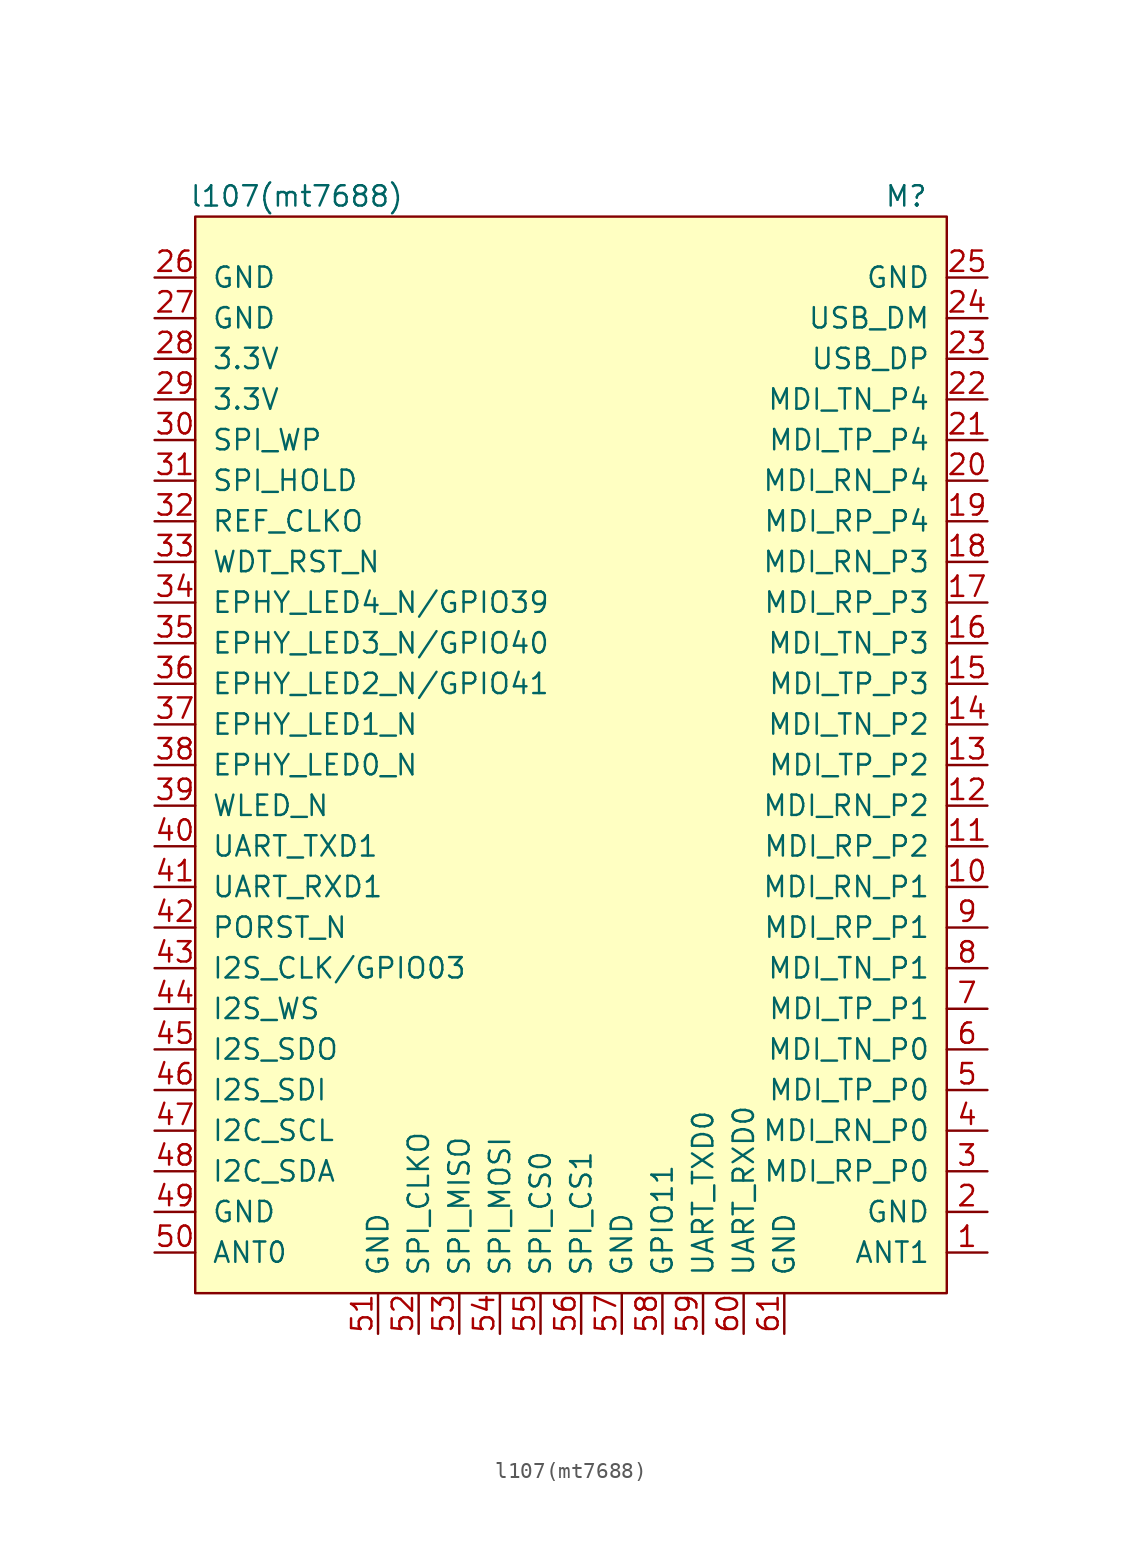
<source format=kicad_sym>
(kicad_symbol_lib
  (version 20211014)
  (generator kicad_symbol_editor)
  (symbol "components0:l107(mt7688)"
    (pin_names
      (offset 1.016))
    (property "Reference" "M"
      (at 20.32 33.02 0)
      (effects (font (size 1.27 1.27))))
    (property "Value" "l107(mt7688)"
      (at -17.78 33.02 0)
      (effects (font (size 1.27 1.27))))
    (symbol "l107(mt7688)_0_1"
      (rectangle (start -24.13 31.75) (end 22.86 -35.56) (stroke (width 0) (type default) (color 0 0 0 0)) (fill (type background))))
    (symbol "l107(mt7688)_1_1"
      (pin output line (at 25.4 -33.02 180) (length 2.54) (name "ANT1" (effects (font (size 1.27 1.27)))) (number "1" (effects (font (size 1.27 1.27)))))
      (pin bidirectional line (at 25.4 -10.16 180) (length 2.54) (name "MDI_RN_P1" (effects (font (size 1.27 1.27)))) (number "10" (effects (font (size 1.27 1.27)))))
      (pin bidirectional line (at 25.4 -7.62 180) (length 2.54) (name "MDI_RP_P2" (effects (font (size 1.27 1.27)))) (number "11" (effects (font (size 1.27 1.27)))))
      (pin bidirectional line (at 25.4 -5.08 180) (length 2.54) (name "MDI_RN_P2" (effects (font (size 1.27 1.27)))) (number "12" (effects (font (size 1.27 1.27)))))
      (pin bidirectional line (at 25.4 -2.54 180) (length 2.54) (name "MDI_TP_P2" (effects (font (size 1.27 1.27)))) (number "13" (effects (font (size 1.27 1.27)))))
      (pin bidirectional line (at 25.4 0 180) (length 2.54) (name "MDI_TN_P2" (effects (font (size 1.27 1.27)))) (number "14" (effects (font (size 1.27 1.27)))))
      (pin bidirectional line (at 25.4 2.54 180) (length 2.54) (name "MDI_TP_P3" (effects (font (size 1.27 1.27)))) (number "15" (effects (font (size 1.27 1.27)))))
      (pin bidirectional line (at 25.4 5.08 180) (length 2.54) (name "MDI_TN_P3" (effects (font (size 1.27 1.27)))) (number "16" (effects (font (size 1.27 1.27)))))
      (pin bidirectional line (at 25.4 7.62 180) (length 2.54) (name "MDI_RP_P3" (effects (font (size 1.27 1.27)))) (number "17" (effects (font (size 1.27 1.27)))))
      (pin bidirectional line (at 25.4 10.16 180) (length 2.54) (name "MDI_RN_P3" (effects (font (size 1.27 1.27)))) (number "18" (effects (font (size 1.27 1.27)))))
      (pin bidirectional line (at 25.4 12.7 180) (length 2.54) (name "MDI_RP_P4" (effects (font (size 1.27 1.27)))) (number "19" (effects (font (size 1.27 1.27)))))
      (pin power_in line (at 25.4 -30.48 180) (length 2.54) (name "GND" (effects (font (size 1.27 1.27)))) (number "2" (effects (font (size 1.27 1.27)))))
      (pin bidirectional line (at 25.4 15.24 180) (length 2.54) (name "MDI_RN_P4" (effects (font (size 1.27 1.27)))) (number "20" (effects (font (size 1.27 1.27)))))
      (pin bidirectional line (at 25.4 17.78 180) (length 2.54) (name "MDI_TP_P4" (effects (font (size 1.27 1.27)))) (number "21" (effects (font (size 1.27 1.27)))))
      (pin bidirectional line (at 25.4 20.32 180) (length 2.54) (name "MDI_TN_P4" (effects (font (size 1.27 1.27)))) (number "22" (effects (font (size 1.27 1.27)))))
      (pin bidirectional line (at 25.4 22.86 180) (length 2.54) (name "USB_DP" (effects (font (size 1.27 1.27)))) (number "23" (effects (font (size 1.27 1.27)))))
      (pin bidirectional line (at 25.4 25.4 180) (length 2.54) (name "USB_DM" (effects (font (size 1.27 1.27)))) (number "24" (effects (font (size 1.27 1.27)))))
      (pin power_in line (at 25.4 27.94 180) (length 2.54) (name "GND" (effects (font (size 1.27 1.27)))) (number "25" (effects (font (size 1.27 1.27)))))
      (pin power_in line (at -26.67 27.94 0) (length 2.54) (name "GND" (effects (font (size 1.27 1.27)))) (number "26" (effects (font (size 1.27 1.27)))))
      (pin power_in line (at -26.67 25.4 0) (length 2.54) (name "GND" (effects (font (size 1.27 1.27)))) (number "27" (effects (font (size 1.27 1.27)))))
      (pin power_in line (at -26.67 22.86 0) (length 2.54) (name "3.3V" (effects (font (size 1.27 1.27)))) (number "28" (effects (font (size 1.27 1.27)))))
      (pin power_in line (at -26.67 20.32 0) (length 2.54) (name "3.3V" (effects (font (size 1.27 1.27)))) (number "29" (effects (font (size 1.27 1.27)))))
      (pin bidirectional line (at 25.4 -27.94 180) (length 2.54) (name "MDI_RP_P0" (effects (font (size 1.27 1.27)))) (number "3" (effects (font (size 1.27 1.27)))))
      (pin bidirectional line (at -26.67 17.78 0) (length 2.54) (name "SPI_WP" (effects (font (size 1.27 1.27)))) (number "30" (effects (font (size 1.27 1.27)))))
      (pin bidirectional line (at -26.67 15.24 0) (length 2.54) (name "SPI_HOLD" (effects (font (size 1.27 1.27)))) (number "31" (effects (font (size 1.27 1.27)))))
      (pin bidirectional line (at -26.67 12.7 0) (length 2.54) (name "REF_CLKO" (effects (font (size 1.27 1.27)))) (number "32" (effects (font (size 1.27 1.27)))))
      (pin bidirectional line (at -26.67 10.16 0) (length 2.54) (name "WDT_RST_N" (effects (font (size 1.27 1.27)))) (number "33" (effects (font (size 1.27 1.27)))))
      (pin bidirectional line (at -26.67 7.62 0) (length 2.54) (name "EPHY_LED4_N/GPIO39" (effects (font (size 1.27 1.27)))) (number "34" (effects (font (size 1.27 1.27)))))
      (pin bidirectional line (at -26.67 5.08 0) (length 2.54) (name "EPHY_LED3_N/GPIO40" (effects (font (size 1.27 1.27)))) (number "35" (effects (font (size 1.27 1.27)))))
      (pin bidirectional line (at -26.67 2.54 0) (length 2.54) (name "EPHY_LED2_N/GPIO41" (effects (font (size 1.27 1.27)))) (number "36" (effects (font (size 1.27 1.27)))))
      (pin bidirectional line (at -26.67 0 0) (length 2.54) (name "EPHY_LED1_N" (effects (font (size 1.27 1.27)))) (number "37" (effects (font (size 1.27 1.27)))))
      (pin bidirectional line (at -26.67 -2.54 0) (length 2.54) (name "EPHY_LED0_N" (effects (font (size 1.27 1.27)))) (number "38" (effects (font (size 1.27 1.27)))))
      (pin bidirectional line (at -26.67 -5.08 0) (length 2.54) (name "WLED_N" (effects (font (size 1.27 1.27)))) (number "39" (effects (font (size 1.27 1.27)))))
      (pin bidirectional line (at 25.4 -25.4 180) (length 2.54) (name "MDI_RN_P0" (effects (font (size 1.27 1.27)))) (number "4" (effects (font (size 1.27 1.27)))))
      (pin bidirectional line (at -26.67 -7.62 0) (length 2.54) (name "UART_TXD1" (effects (font (size 1.27 1.27)))) (number "40" (effects (font (size 1.27 1.27)))))
      (pin bidirectional line (at -26.67 -10.16 0) (length 2.54) (name "UART_RXD1" (effects (font (size 1.27 1.27)))) (number "41" (effects (font (size 1.27 1.27)))))
      (pin bidirectional line (at -26.67 -12.7 0) (length 2.54) (name "PORST_N" (effects (font (size 1.27 1.27)))) (number "42" (effects (font (size 1.27 1.27)))))
      (pin bidirectional line (at -26.67 -15.24 0) (length 2.54) (name "I2S_CLK/GPIO03" (effects (font (size 1.27 1.27)))) (number "43" (effects (font (size 1.27 1.27)))))
      (pin bidirectional line (at -26.67 -17.78 0) (length 2.54) (name "I2S_WS" (effects (font (size 1.27 1.27)))) (number "44" (effects (font (size 1.27 1.27)))))
      (pin bidirectional line (at -26.67 -20.32 0) (length 2.54) (name "I2S_SDO" (effects (font (size 1.27 1.27)))) (number "45" (effects (font (size 1.27 1.27)))))
      (pin bidirectional line (at -26.67 -22.86 0) (length 2.54) (name "I2S_SDI" (effects (font (size 1.27 1.27)))) (number "46" (effects (font (size 1.27 1.27)))))
      (pin bidirectional line (at -26.67 -25.4 0) (length 2.54) (name "I2C_SCL" (effects (font (size 1.27 1.27)))) (number "47" (effects (font (size 1.27 1.27)))))
      (pin bidirectional line (at -26.67 -27.94 0) (length 2.54) (name "I2C_SDA" (effects (font (size 1.27 1.27)))) (number "48" (effects (font (size 1.27 1.27)))))
      (pin power_in line (at -26.67 -30.48 0) (length 2.54) (name "GND" (effects (font (size 1.27 1.27)))) (number "49" (effects (font (size 1.27 1.27)))))
      (pin bidirectional line (at 25.4 -22.86 180) (length 2.54) (name "MDI_TP_P0" (effects (font (size 1.27 1.27)))) (number "5" (effects (font (size 1.27 1.27)))))
      (pin output line (at -26.67 -33.02 0) (length 2.54) (name "ANT0" (effects (font (size 1.27 1.27)))) (number "50" (effects (font (size 1.27 1.27)))))
      (pin power_in line (at -12.7 -38.1 90) (length 2.54) (name "GND" (effects (font (size 1.27 1.27)))) (number "51" (effects (font (size 1.27 1.27)))))
      (pin bidirectional line (at -10.16 -38.1 90) (length 2.54) (name "SPI_CLKO" (effects (font (size 1.27 1.27)))) (number "52" (effects (font (size 1.27 1.27)))))
      (pin bidirectional line (at -7.62 -38.1 90) (length 2.54) (name "SPI_MISO" (effects (font (size 1.27 1.27)))) (number "53" (effects (font (size 1.27 1.27)))))
      (pin bidirectional line (at -5.08 -38.1 90) (length 2.54) (name "SPI_MOSI" (effects (font (size 1.27 1.27)))) (number "54" (effects (font (size 1.27 1.27)))))
      (pin bidirectional line (at -2.54 -38.1 90) (length 2.54) (name "SPI_CS0" (effects (font (size 1.27 1.27)))) (number "55" (effects (font (size 1.27 1.27)))))
      (pin bidirectional line (at 0 -38.1 90) (length 2.54) (name "SPI_CS1" (effects (font (size 1.27 1.27)))) (number "56" (effects (font (size 1.27 1.27)))))
      (pin power_in line (at 2.54 -38.1 90) (length 2.54) (name "GND" (effects (font (size 1.27 1.27)))) (number "57" (effects (font (size 1.27 1.27)))))
      (pin bidirectional line (at 5.08 -38.1 90) (length 2.54) (name "GPIO11" (effects (font (size 1.27 1.27)))) (number "58" (effects (font (size 1.27 1.27)))))
      (pin bidirectional line (at 7.62 -38.1 90) (length 2.54) (name "UART_TXD0" (effects (font (size 1.27 1.27)))) (number "59" (effects (font (size 1.27 1.27)))))
      (pin bidirectional line (at 25.4 -20.32 180) (length 2.54) (name "MDI_TN_P0" (effects (font (size 1.27 1.27)))) (number "6" (effects (font (size 1.27 1.27)))))
      (pin bidirectional line (at 10.16 -38.1 90) (length 2.54) (name "UART_RXD0" (effects (font (size 1.27 1.27)))) (number "60" (effects (font (size 1.27 1.27)))))
      (pin power_in line (at 12.7 -38.1 90) (length 2.54) (name "GND" (effects (font (size 1.27 1.27)))) (number "61" (effects (font (size 1.27 1.27)))))
      (pin bidirectional line (at 25.4 -17.78 180) (length 2.54) (name "MDI_TP_P1" (effects (font (size 1.27 1.27)))) (number "7" (effects (font (size 1.27 1.27)))))
      (pin bidirectional line (at 25.4 -15.24 180) (length 2.54) (name "MDI_TN_P1" (effects (font (size 1.27 1.27)))) (number "8" (effects (font (size 1.27 1.27)))))
      (pin bidirectional line (at 25.4 -12.7 180) (length 2.54) (name "MDI_RP_P1" (effects (font (size 1.27 1.27)))) (number "9" (effects (font (size 1.27 1.27))))))))
</source>
